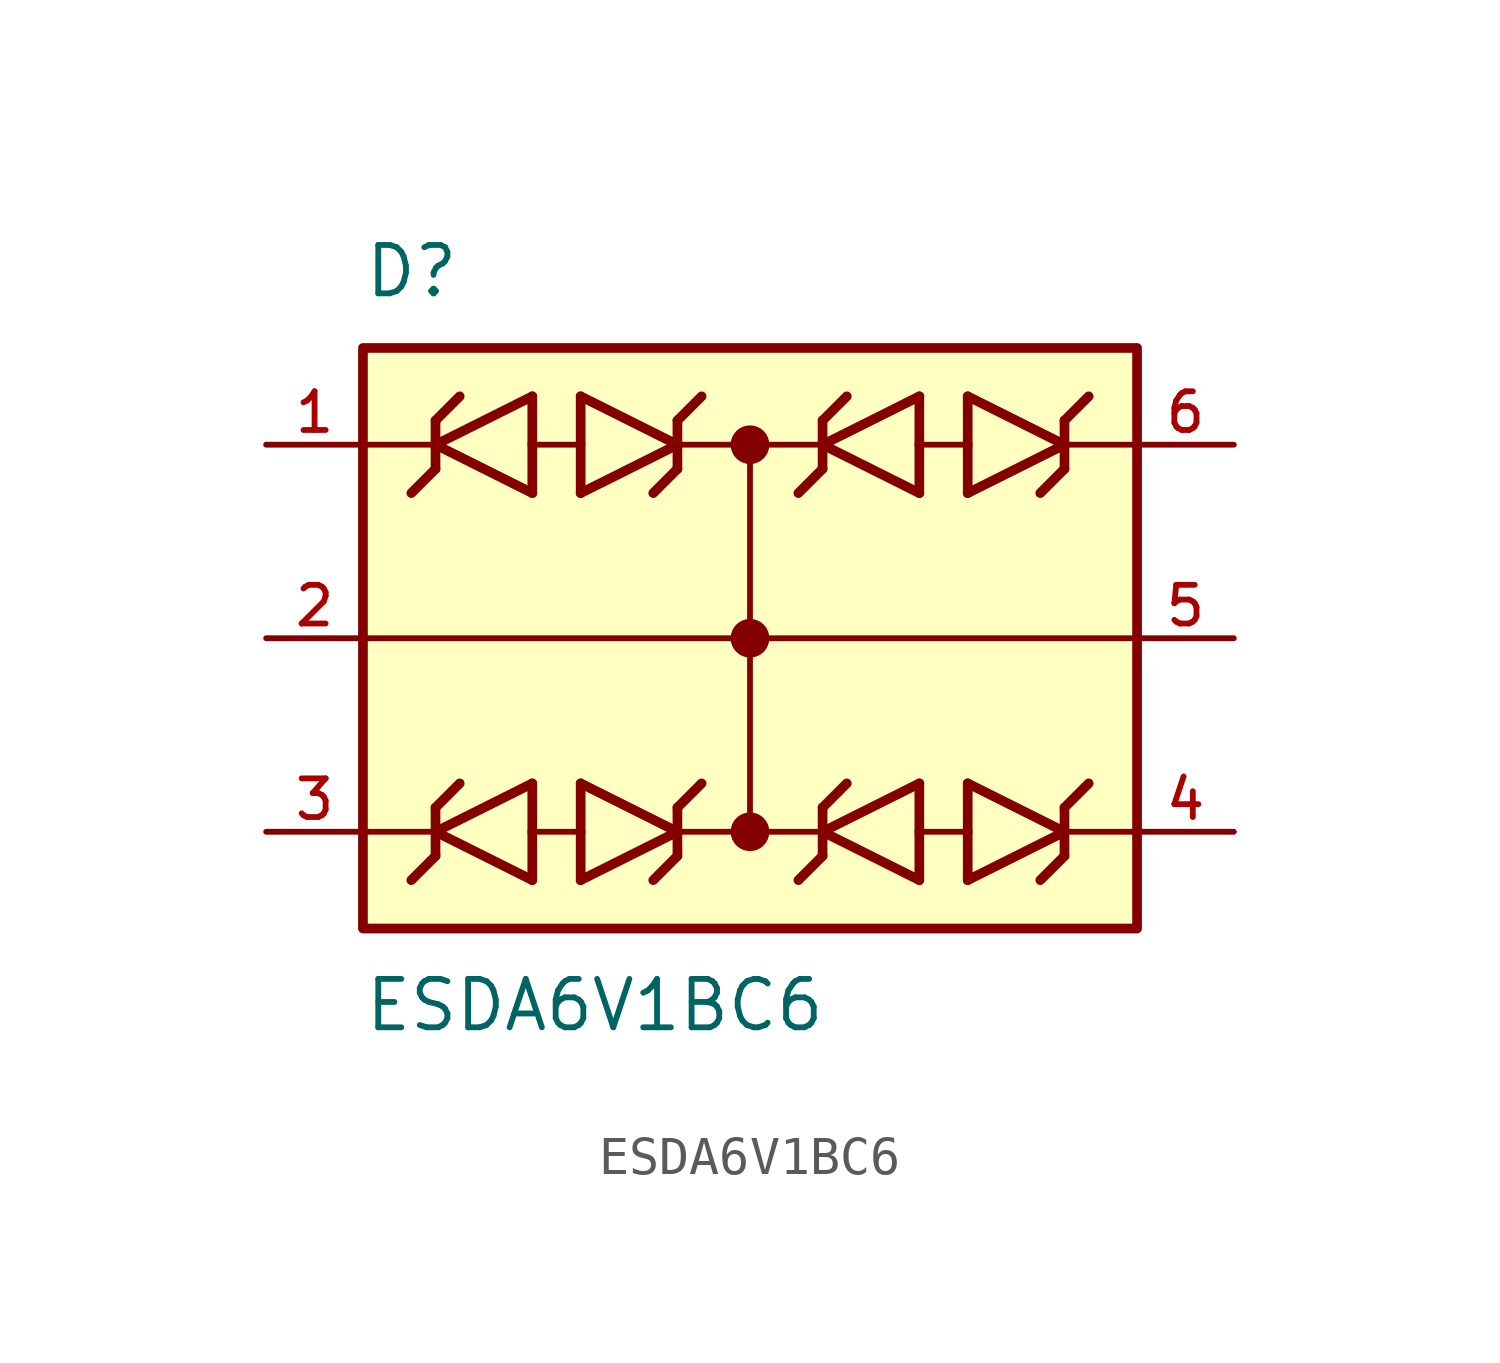
<source format=kicad_sym>
(kicad_symbol_lib
  (version 20211014)
  (generator kicad_symbol_editor)
  (symbol "ESDA6V1BC6"
    (pin_names
      (offset 1.016))
    (property "Reference" "D"
      (at -10.16 8.89 0)
      (effects (font (size 1.27 1.27)) (justify bottom left)))
    (property "Value" "ESDA6V1BC6"
      (at -10.16 -8.89 0.0)
      (effects (font (size 1.27 1.27)) (justify top left)))
    (symbol "ESDA6V1BC6_0_0"
      (polyline (pts (xy 5.715 6.35) (xy 8.255 5.08)) (stroke (width 0.254)))
      (polyline (pts (xy 8.255 5.08) (xy 5.715 3.81)) (stroke (width 0.254)))
      (polyline (pts (xy 8.255 4.445) (xy 8.255 5.08)) (stroke (width 0.254)))
      (polyline (pts (xy 5.715 3.81) (xy 5.715 5.08)) (stroke (width 0.254)))
      (polyline (pts (xy 5.715 5.08) (xy 5.715 6.35)) (stroke (width 0.254)))
      (polyline (pts (xy 8.255 5.08) (xy 8.255 5.715)) (stroke (width 0.254)))
      (polyline (pts (xy 10.16 5.08) (xy 8.255 5.08)) (stroke (width 0.152)))
      (polyline (pts (xy 7.62 3.81) (xy 8.255 4.445)) (stroke (width 0.254)))
      (polyline (pts (xy 8.255 5.715) (xy 8.89 6.35)) (stroke (width 0.254)))
      (polyline (pts (xy 4.445 3.81) (xy 1.905 5.08)) (stroke (width 0.254)))
      (polyline (pts (xy 1.905 5.08) (xy 4.445 6.35)) (stroke (width 0.254)))
      (polyline (pts (xy 1.905 5.715) (xy 1.905 5.08)) (stroke (width 0.254)))
      (polyline (pts (xy 4.445 6.35) (xy 4.445 5.08)) (stroke (width 0.254)))
      (polyline (pts (xy 4.445 5.08) (xy 4.445 3.81)) (stroke (width 0.254)))
      (polyline (pts (xy 1.905 5.08) (xy 1.905 4.445)) (stroke (width 0.254)))
      (polyline (pts (xy 5.715 5.08) (xy 4.445 5.08)) (stroke (width 0.152)))
      (polyline (pts (xy 2.54 6.35) (xy 1.905 5.715)) (stroke (width 0.254)))
      (polyline (pts (xy 1.905 4.445) (xy 1.27 3.81)) (stroke (width 0.254)))
      (polyline (pts (xy -4.445 6.35) (xy -1.905 5.08)) (stroke (width 0.254)))
      (polyline (pts (xy -1.905 5.08) (xy -4.445 3.81)) (stroke (width 0.254)))
      (polyline (pts (xy -1.905 4.445) (xy -1.905 5.08)) (stroke (width 0.254)))
      (polyline (pts (xy -4.445 3.81) (xy -4.445 5.08)) (stroke (width 0.254)))
      (polyline (pts (xy -4.445 5.08) (xy -4.445 6.35)) (stroke (width 0.254)))
      (polyline (pts (xy -1.905 5.08) (xy -1.905 5.715)) (stroke (width 0.254)))
      (polyline (pts (xy 1.905 5.08) (xy 0.0 5.08)) (stroke (width 0.152)))
      (polyline (pts (xy 0.0 5.08) (xy -1.905 5.08)) (stroke (width 0.152)))
      (polyline (pts (xy -2.54 3.81) (xy -1.905 4.445)) (stroke (width 0.254)))
      (polyline (pts (xy -1.905 5.715) (xy -1.27 6.35)) (stroke (width 0.254)))
      (polyline (pts (xy -5.715 3.81) (xy -8.255 5.08)) (stroke (width 0.254)))
      (polyline (pts (xy -8.255 5.08) (xy -5.715 6.35)) (stroke (width 0.254)))
      (polyline (pts (xy -8.255 5.715) (xy -8.255 5.08)) (stroke (width 0.254)))
      (polyline (pts (xy -5.715 6.35) (xy -5.715 5.08)) (stroke (width 0.254)))
      (polyline (pts (xy -5.715 5.08) (xy -5.715 3.81)) (stroke (width 0.254)))
      (polyline (pts (xy -8.255 5.08) (xy -8.255 4.445)) (stroke (width 0.254)))
      (polyline (pts (xy -4.445 5.08) (xy -5.715 5.08)) (stroke (width 0.152)))
      (polyline (pts (xy -10.16 5.08) (xy -8.255 5.08)) (stroke (width 0.152)))
      (polyline (pts (xy -7.62 6.35) (xy -8.255 5.715)) (stroke (width 0.254)))
      (polyline (pts (xy -8.255 4.445) (xy -8.89 3.81)) (stroke (width 0.254)))
      (polyline (pts (xy 5.715 -3.81) (xy 8.255 -5.08)) (stroke (width 0.254)))
      (polyline (pts (xy 8.255 -5.08) (xy 5.715 -6.35)) (stroke (width 0.254)))
      (polyline (pts (xy 8.255 -5.715) (xy 8.255 -5.08)) (stroke (width 0.254)))
      (polyline (pts (xy 5.715 -6.35) (xy 5.715 -5.08)) (stroke (width 0.254)))
      (polyline (pts (xy 5.715 -5.08) (xy 5.715 -3.81)) (stroke (width 0.254)))
      (polyline (pts (xy 8.255 -5.08) (xy 8.255 -4.445)) (stroke (width 0.254)))
      (polyline (pts (xy 10.16 -5.08) (xy 8.255 -5.08)) (stroke (width 0.152)))
      (polyline (pts (xy 7.62 -6.35) (xy 8.255 -5.715)) (stroke (width 0.254)))
      (polyline (pts (xy 8.255 -4.445) (xy 8.89 -3.81)) (stroke (width 0.254)))
      (polyline (pts (xy 4.445 -6.35) (xy 1.905 -5.08)) (stroke (width 0.254)))
      (polyline (pts (xy 1.905 -5.08) (xy 4.445 -3.81)) (stroke (width 0.254)))
      (polyline (pts (xy 1.905 -4.445) (xy 1.905 -5.08)) (stroke (width 0.254)))
      (polyline (pts (xy 4.445 -3.81) (xy 4.445 -5.08)) (stroke (width 0.254)))
      (polyline (pts (xy 4.445 -5.08) (xy 4.445 -6.35)) (stroke (width 0.254)))
      (polyline (pts (xy 1.905 -5.08) (xy 1.905 -5.715)) (stroke (width 0.254)))
      (polyline (pts (xy 5.715 -5.08) (xy 4.445 -5.08)) (stroke (width 0.152)))
      (polyline (pts (xy 2.54 -3.81) (xy 1.905 -4.445)) (stroke (width 0.254)))
      (polyline (pts (xy 1.905 -5.715) (xy 1.27 -6.35)) (stroke (width 0.254)))
      (polyline (pts (xy -4.445 -3.81) (xy -1.905 -5.08)) (stroke (width 0.254)))
      (polyline (pts (xy -1.905 -5.08) (xy -4.445 -6.35)) (stroke (width 0.254)))
      (polyline (pts (xy -1.905 -5.715) (xy -1.905 -5.08)) (stroke (width 0.254)))
      (polyline (pts (xy -4.445 -6.35) (xy -4.445 -5.08)) (stroke (width 0.254)))
      (polyline (pts (xy -4.445 -5.08) (xy -4.445 -3.81)) (stroke (width 0.254)))
      (polyline (pts (xy -1.905 -5.08) (xy -1.905 -4.445)) (stroke (width 0.254)))
      (polyline (pts (xy 1.905 -5.08) (xy 0.0 -5.08)) (stroke (width 0.152)))
      (polyline (pts (xy 0.0 -5.08) (xy -1.905 -5.08)) (stroke (width 0.152)))
      (polyline (pts (xy -2.54 -6.35) (xy -1.905 -5.715)) (stroke (width 0.254)))
      (polyline (pts (xy -1.905 -4.445) (xy -1.27 -3.81)) (stroke (width 0.254)))
      (polyline (pts (xy -5.715 -6.35) (xy -8.255 -5.08)) (stroke (width 0.254)))
      (polyline (pts (xy -8.255 -5.08) (xy -5.715 -3.81)) (stroke (width 0.254)))
      (polyline (pts (xy -8.255 -4.445) (xy -8.255 -5.08)) (stroke (width 0.254)))
      (polyline (pts (xy -5.715 -3.81) (xy -5.715 -5.08)) (stroke (width 0.254)))
      (polyline (pts (xy -5.715 -5.08) (xy -5.715 -6.35)) (stroke (width 0.254)))
      (polyline (pts (xy -8.255 -5.08) (xy -8.255 -5.715)) (stroke (width 0.254)))
      (polyline (pts (xy -4.445 -5.08) (xy -5.715 -5.08)) (stroke (width 0.152)))
      (polyline (pts (xy -10.16 -5.08) (xy -8.255 -5.08)) (stroke (width 0.152)))
      (polyline (pts (xy -7.62 -3.81) (xy -8.255 -4.445)) (stroke (width 0.254)))
      (polyline (pts (xy -8.255 -5.715) (xy -8.89 -6.35)) (stroke (width 0.254)))
      (polyline (pts (xy -10.16 0.0) (xy 10.16 0.0)) (stroke (width 0.152)))
      (polyline (pts (xy 0.0 5.08) (xy 0.0 -5.08)) (stroke (width 0.152)))
      (circle (center 0.0 5.08) (radius 0.254) (stroke (width 0.508)) (fill (type none)))
      (circle (center 0.0 0.0) (radius 0.254) (stroke (width 0.508)) (fill (type none)))
      (circle (center 0.0 -5.08) (radius 0.254) (stroke (width 0.508)) (fill (type none)))
      (rectangle (start -10.16 -7.62) (end 10.16 7.62) (stroke (width 0.254)) (fill (type background)))
      (pin passive line (at -12.7 5.08 0) (length 2.54) (name "~" (effects (font (size 1.016 1.016)))) (number "1" (effects (font (size 1.016 1.016)))))
      (pin passive line (at 12.7 5.08 180.0) (length 2.54) (name "~" (effects (font (size 1.016 1.016)))) (number "6" (effects (font (size 1.016 1.016)))))
      (pin passive line (at -12.7 -5.08 0) (length 2.54) (name "~" (effects (font (size 1.016 1.016)))) (number "3" (effects (font (size 1.016 1.016)))))
      (pin passive line (at 12.7 -5.08 180.0) (length 2.54) (name "~" (effects (font (size 1.016 1.016)))) (number "4" (effects (font (size 1.016 1.016)))))
      (pin passive line (at -12.7 0.0 0) (length 2.54) (name "~" (effects (font (size 1.016 1.016)))) (number "2" (effects (font (size 1.016 1.016)))))
      (pin passive line (at 12.7 0.0 180.0) (length 2.54) (name "~" (effects (font (size 1.016 1.016)))) (number "5" (effects (font (size 1.016 1.016))))))))
</source>
